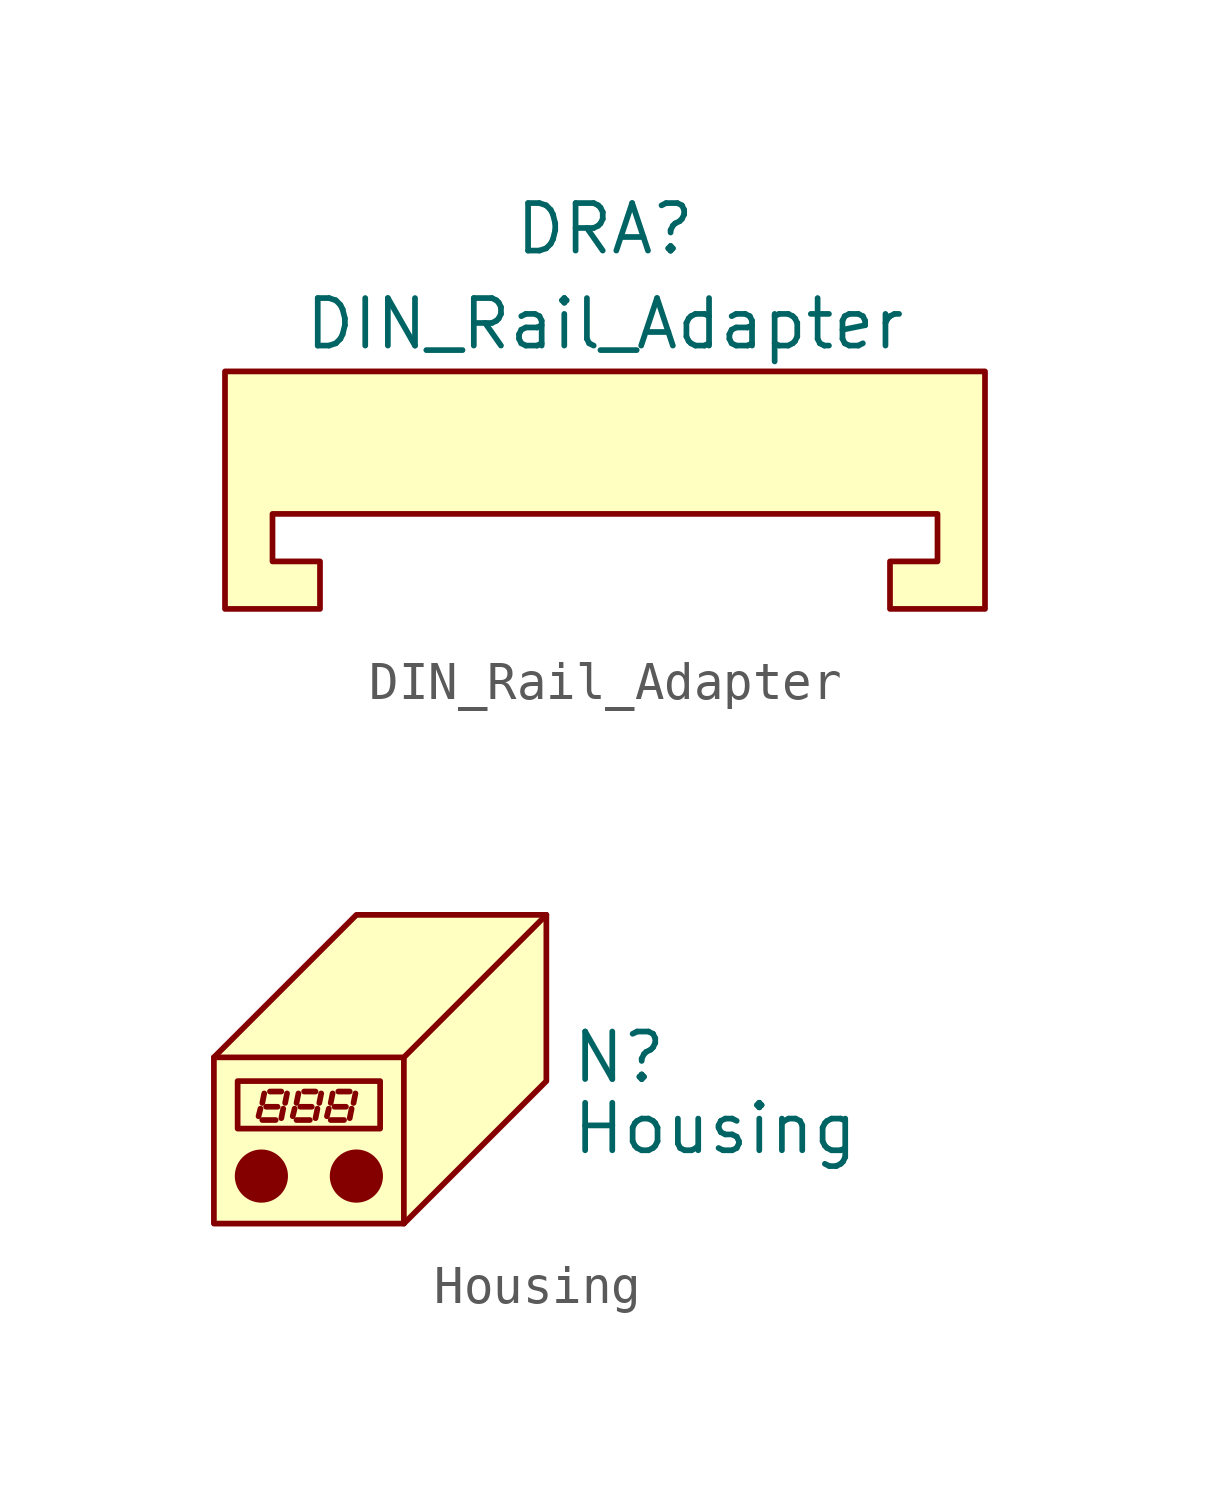
<source format=kicad_sym>
(kicad_symbol_lib
  (version 20200908)
  (generator kicad_symbol_editor)
  (symbol "Mechanical:DIN_Rail_Adapter"
    (property "Reference" "DRA"
      (at 0 6.35 0)
      (effects (font (size 1.27 1.27))))
    (property "Value" "DIN_Rail_Adapter"
      (at 0 3.81 0)
      (effects (font (size 1.27 1.27))))
    (symbol "DIN_Rail_Adapter_0_1"
      (polyline (pts (xy 10.16 2.54) (xy -10.16 2.54) (xy -10.16 -3.81) (xy -7.62 -3.81) (xy -7.62 -2.54) (xy -8.89 -2.54) (xy -8.89 -1.27) (xy 8.89 -1.27) (xy 8.89 -2.54) (xy 7.62 -2.54) (xy 7.62 -3.81) (xy 10.16 -3.81) (xy 10.16 2.54) (xy -10.16 2.54)) (stroke (width 0)) (fill (type background)))))
  (symbol "Mechanical:Housing"
    (pin_names
      (offset 1.016))
    (property "Reference" "N"
      (at 3.81 0 0)
      (effects (font (size 1.27 1.27)) (justify left)))
    (property "Value" "Housing"
      (at 3.81 -1.905 0)
      (effects (font (size 1.27 1.27)) (justify left)))
    (symbol "Housing_0_1"
      (circle (center -4.445 -3.175) (radius 0.635) (stroke (width 0)) (fill (type outline)))
      (circle (center -1.905 -3.175) (radius 0.635) (stroke (width 0)) (fill (type outline)))
      (rectangle (start -5.08 -0.635) (end -1.27 -1.905) (stroke (width 0)) (fill (type none)))
      (polyline (pts (xy -4.521 -1.575) (xy -4.47 -1.372)) (stroke (width 0)) (fill (type none)))
      (polyline (pts (xy -4.42 -1.676) (xy -4.064 -1.676)) (stroke (width 0)) (fill (type none)))
      (polyline (pts (xy -4.42 -1.219) (xy -4.369 -0.965)) (stroke (width 0)) (fill (type none)))
      (polyline (pts (xy -4.318 -1.321) (xy -4.013 -1.321)) (stroke (width 0)) (fill (type none)))
      (polyline (pts (xy -4.216 -0.914) (xy -3.912 -0.914)) (stroke (width 0)) (fill (type none)))
      (polyline (pts (xy -3.912 -1.626) (xy -3.861 -1.372)) (stroke (width 0)) (fill (type none)))
      (polyline (pts (xy -3.81 -1.219) (xy -3.759 -0.965)) (stroke (width 0)) (fill (type none)))
      (polyline (pts (xy -3.607 -1.575) (xy -3.556 -1.372)) (stroke (width 0)) (fill (type none)))
      (polyline (pts (xy -3.505 -1.676) (xy -3.15 -1.676)) (stroke (width 0)) (fill (type none)))
      (polyline (pts (xy -3.505 -1.219) (xy -3.454 -0.965)) (stroke (width 0)) (fill (type none)))
      (polyline (pts (xy -3.404 -1.321) (xy -3.099 -1.321)) (stroke (width 0)) (fill (type none)))
      (polyline (pts (xy -3.302 -0.914) (xy -2.997 -0.914)) (stroke (width 0)) (fill (type none)))
      (polyline (pts (xy -2.997 -1.626) (xy -2.946 -1.372)) (stroke (width 0)) (fill (type none)))
      (polyline (pts (xy -2.896 -1.219) (xy -2.845 -0.965)) (stroke (width 0)) (fill (type none)))
      (polyline (pts (xy -2.692 -1.575) (xy -2.642 -1.372)) (stroke (width 0)) (fill (type none)))
      (polyline (pts (xy -2.591 -1.676) (xy -2.235 -1.676)) (stroke (width 0)) (fill (type none)))
      (polyline (pts (xy -2.591 -1.219) (xy -2.54 -0.965)) (stroke (width 0)) (fill (type none)))
      (polyline (pts (xy -2.489 -1.321) (xy -2.184 -1.321)) (stroke (width 0)) (fill (type none)))
      (polyline (pts (xy -2.388 -0.914) (xy -2.083 -0.914)) (stroke (width 0)) (fill (type none)))
      (polyline (pts (xy -2.083 -1.626) (xy -2.032 -1.372)) (stroke (width 0)) (fill (type none)))
      (polyline (pts (xy -1.981 -1.219) (xy -1.93 -0.965)) (stroke (width 0)) (fill (type none)))
      (polyline (pts (xy -0.635 0) (xy -0.635 -4.445)) (stroke (width 0)) (fill (type none)))
      (polyline (pts (xy -5.715 0) (xy -0.635 0) (xy 3.175 3.81)) (stroke (width 0)) (fill (type none)))
      (polyline (pts (xy -5.715 0) (xy -5.715 -4.445) (xy -0.635 -4.445) (xy 3.175 -0.635) (xy 3.175 3.81) (xy -1.905 3.81) (xy -5.715 0)) (stroke (width 0)) (fill (type background))))))
</source>
